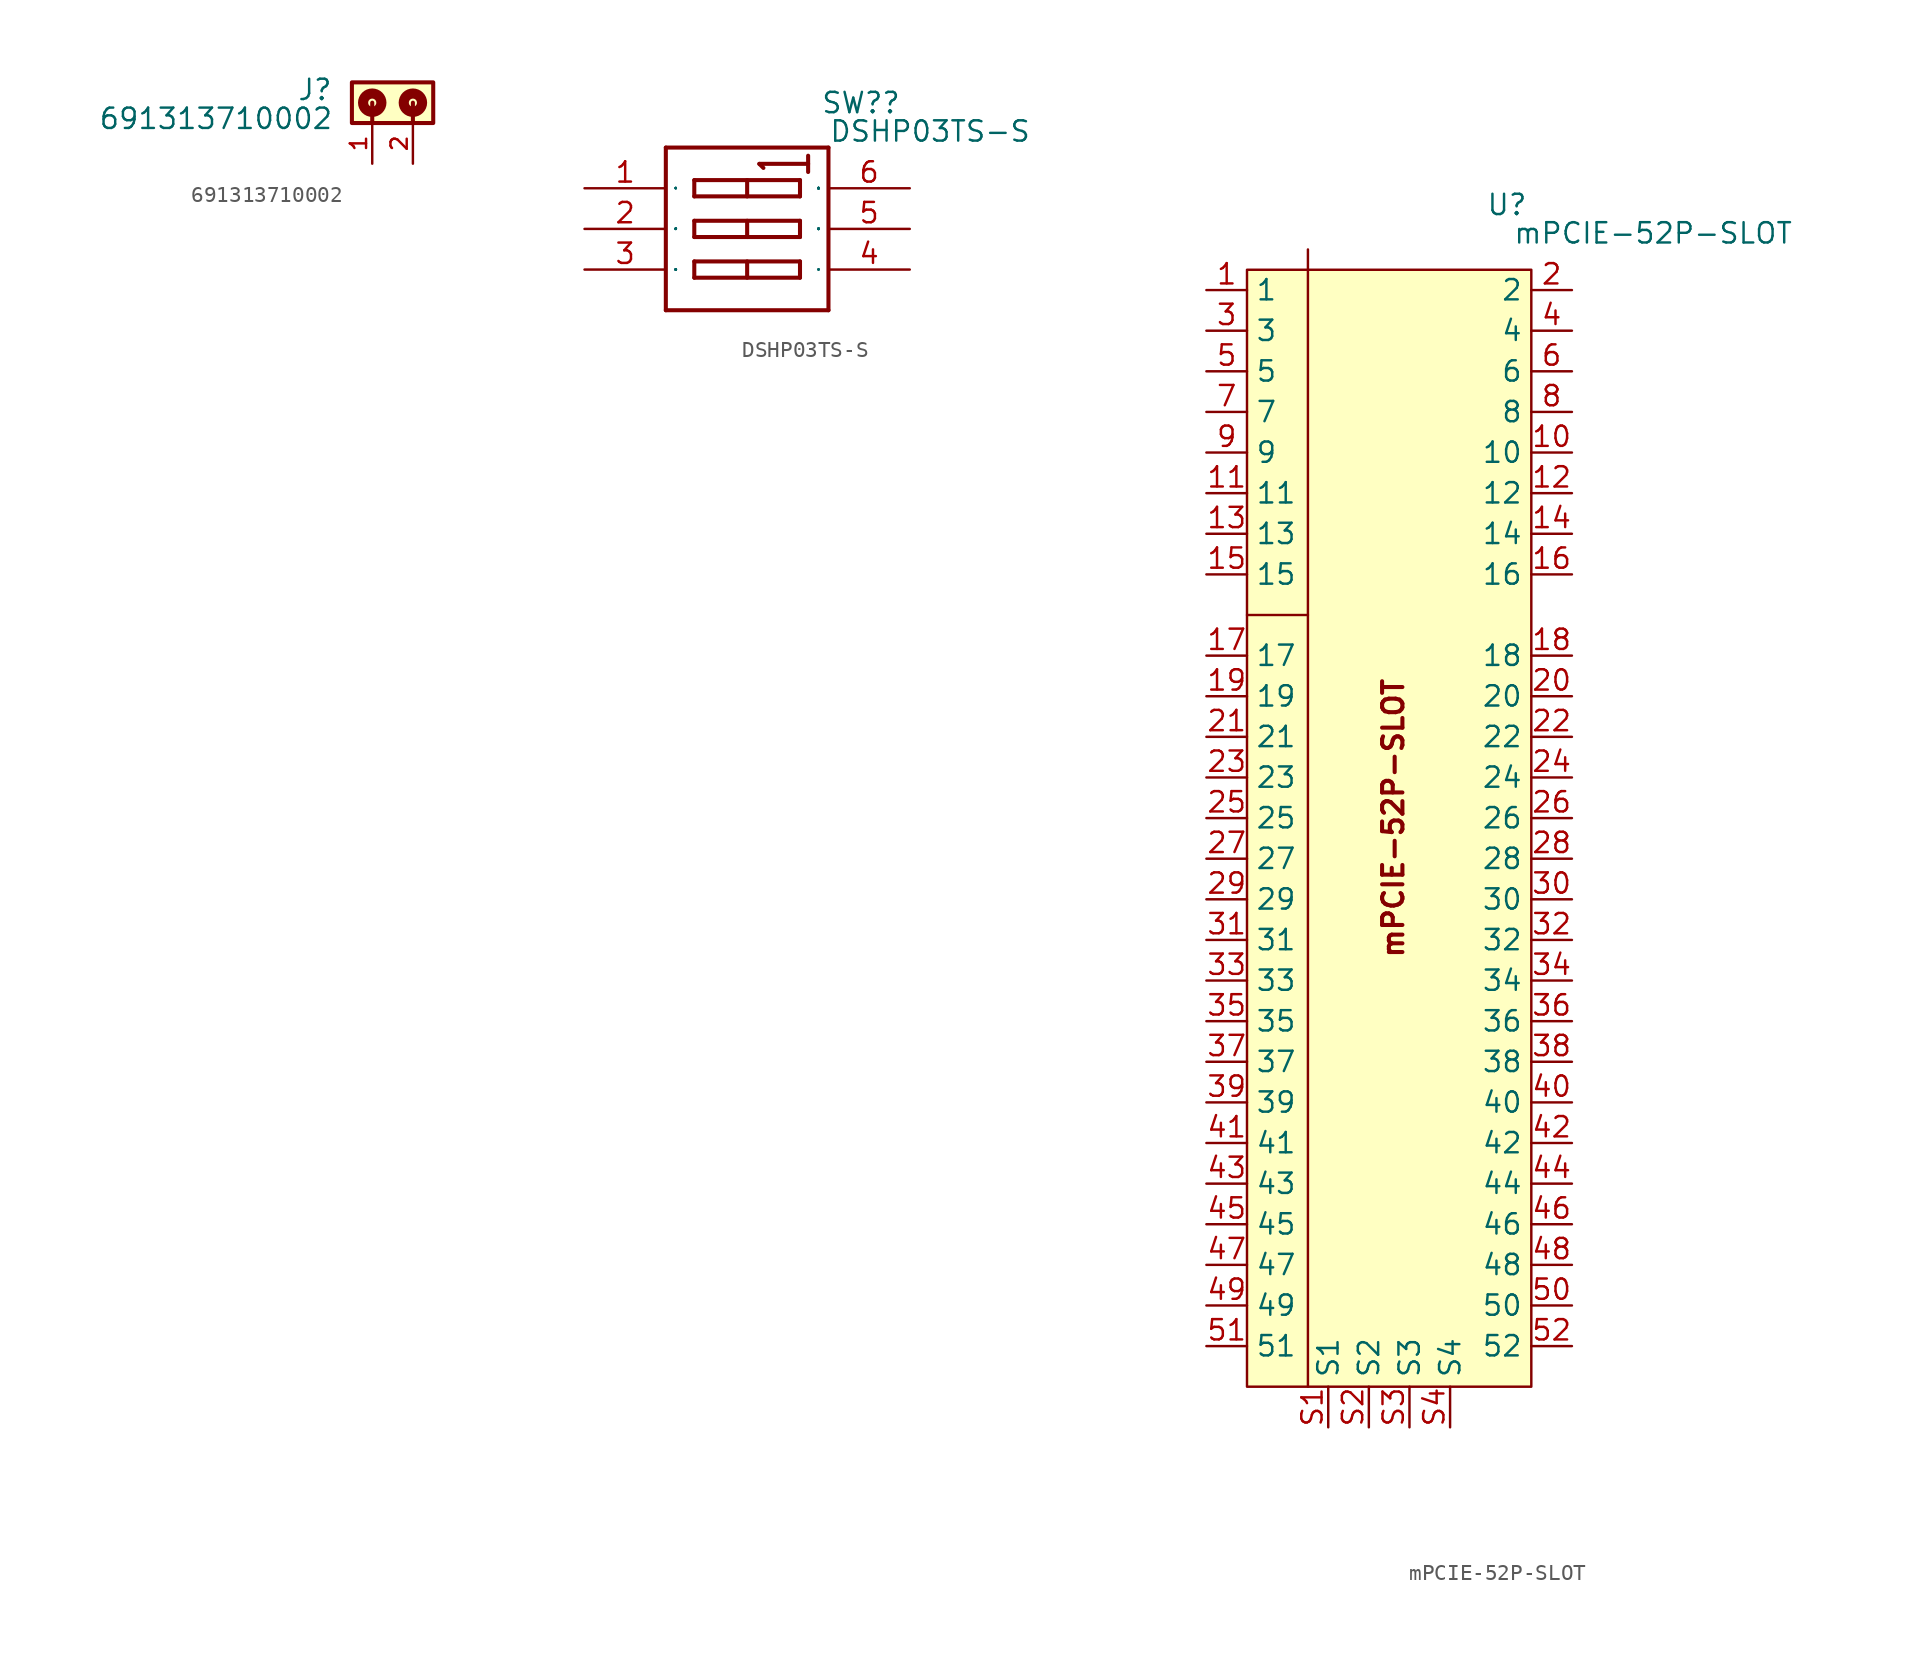
<source format=kicad_sym>
(kicad_symbol_lib
  (version 20241209)
  (generator "kicad_symbol_editor")
  (generator_version "9.0")
  (symbol "691313710002"
    (pin_names
      (offset 1.016))
    (property "Reference" "J"
      (at -4.99 -1.205 0)
      (effects (font (size 1.27 1.27)) (justify right bottom)))
    (property "Value" "691313710002"
      (at -4.95 -3.01 0)
      (effects (font (size 1.27 1.27)) (justify right bottom)))
    (symbol "691313710002_0_0"
      (rectangle (start -3.81 -2.54) (end 1.27 0) (stroke (width 0.254) (type default)) (fill (type background)))
      (circle (center -2.54 -1.27) (radius 0.254) (stroke (width 0.635) (type default)) (fill (type none)))
      (polyline (pts (xy -2.54 -1.27) (xy -2.54 -2.54)) (stroke (width 0.254) (type default)) (fill (type none)))
      (polyline (pts (xy 0 -1.27) (xy 0 -2.54)) (stroke (width 0.254) (type default)) (fill (type none)))
      (circle (center 0 -1.27) (radius 0.254) (stroke (width 0.635) (type default)) (fill (type none)))
      (pin passive line (at -2.54 -5.08 90) (length 2.54) (name "~" (effects (font (size 1.016 1.016)))) (number "1" (effects (font (size 1.016 1.016)))))
      (pin passive line (at 0 -5.08 90) (length 2.54) (name "~" (effects (font (size 1.016 1.016)))) (number "2" (effects (font (size 1.016 1.016)))))))
  (symbol "DSHP03TS-S"
    (property "Reference" "SW?"
      (at 7.112 7.874 0)
      (effects (font (size 1.27 1.27))))
    (property "Value" "DSHP03TS-S"
      (at 11.43 6.096 0)
      (effects (font (size 1.27 1.27))))
    (symbol "DSHP03TS-S_0_0"
      (polyline (pts (xy -5.08 5.08) (xy -5.08 -5.08)) (stroke (width 0.254) (type solid)) (fill (type none)))
      (polyline (pts (xy -5.08 5.08) (xy 5.08 5.08)) (stroke (width 0.254) (type solid)) (fill (type none)))
      (polyline (pts (xy -5.08 -5.08) (xy 5.08 -5.08)) (stroke (width 0.254) (type solid)) (fill (type none)))
      (polyline (pts (xy -3.302 3.048) (xy 3.302 3.048)) (stroke (width 0.254) (type solid)) (fill (type none)))
      (polyline (pts (xy -3.302 2.032) (xy -3.302 3.048)) (stroke (width 0.254) (type solid)) (fill (type none)))
      (polyline (pts (xy -3.302 0.508) (xy 3.302 0.508)) (stroke (width 0.254) (type solid)) (fill (type none)))
      (polyline (pts (xy -3.302 -0.508) (xy -3.302 0.508)) (stroke (width 0.254) (type solid)) (fill (type none)))
      (polyline (pts (xy -3.302 -2.032) (xy 3.302 -2.032)) (stroke (width 0.254) (type solid)) (fill (type none)))
      (polyline (pts (xy -3.302 -3.048) (xy -3.302 -2.032)) (stroke (width 0.254) (type solid)) (fill (type none)))
      (polyline (pts (xy 0 3.048) (xy 0 2.032)) (stroke (width 0.254) (type solid)) (fill (type none)))
      (polyline (pts (xy 0 0.508) (xy 0 -0.508)) (stroke (width 0.254) (type solid)) (fill (type none)))
      (polyline (pts (xy 0 -2.032) (xy 0 -3.048)) (stroke (width 0.254) (type solid)) (fill (type none)))
      (polyline (pts (xy 0.762 4.064) (xy 3.81 4.064)) (stroke (width 0.254) (type solid)) (fill (type none)))
      (polyline (pts (xy 1.016 3.81) (xy 0.762 4.064)) (stroke (width 0.254) (type solid)) (fill (type none)))
      (polyline (pts (xy 3.302 3.048) (xy 3.302 2.032)) (stroke (width 0.254) (type solid)) (fill (type none)))
      (polyline (pts (xy 3.302 2.032) (xy -3.302 2.032)) (stroke (width 0.254) (type solid)) (fill (type none)))
      (polyline (pts (xy 3.302 0.508) (xy 3.302 -0.508)) (stroke (width 0.254) (type solid)) (fill (type none)))
      (polyline (pts (xy 3.302 -0.508) (xy -3.302 -0.508)) (stroke (width 0.254) (type solid)) (fill (type none)))
      (polyline (pts (xy 3.302 -2.032) (xy 3.302 -3.048)) (stroke (width 0.254) (type solid)) (fill (type none)))
      (polyline (pts (xy 3.302 -3.048) (xy -3.302 -3.048)) (stroke (width 0.254) (type solid)) (fill (type none)))
      (polyline (pts (xy 3.81 4.572) (xy 3.81 3.556)) (stroke (width 0.254) (type solid)) (fill (type none)))
      (polyline (pts (xy 5.08 -5.08) (xy 5.08 5.08)) (stroke (width 0.254) (type solid)) (fill (type none)))
      (pin input line (at -10.16 2.54 0) (length 5.08) (name "1" (effects (font (size 0.025 0.025)))) (number "1" (effects (font (size 1.27 1.27)))))
      (pin input line (at -10.16 0 0) (length 5.08) (name "2" (effects (font (size 0.025 0.025)))) (number "2" (effects (font (size 1.27 1.27)))))
      (pin input line (at -10.16 -2.54 0) (length 5.08) (name "3" (effects (font (size 0.025 0.025)))) (number "3" (effects (font (size 1.27 1.27)))))
      (pin input line (at 10.16 2.54 180) (length 5.08) (name "6" (effects (font (size 0.025 0.025)))) (number "6" (effects (font (size 1.27 1.27)))))
      (pin input line (at 10.16 0 180) (length 5.08) (name "5" (effects (font (size 0.025 0.025)))) (number "5" (effects (font (size 1.27 1.27)))))
      (pin input line (at 10.16 -2.54 180) (length 5.08) (name "4" (effects (font (size 0.025 0.025)))) (number "4" (effects (font (size 1.27 1.27)))))))
  (symbol "mPCIE-52P-SLOT"
    (property "Reference" "U"
      (at 7.366 72.644 0)
      (effects (font (size 1.27 1.27))))
    (property "Value" "mPCIE-52P-SLOT"
      (at 16.51 70.866 0)
      (effects (font (size 1.27 1.27))))
    (symbol "mPCIE-52P-SLOT_0_0"
      (pin bidirectional line (at -11.43 67.31 0) (length 2.54) (name "1" (effects (font (size 1.27 1.27)))) (number "1" (effects (font (size 1.27 1.27)))))
      (pin bidirectional line (at -11.43 64.77 0) (length 2.54) (name "3" (effects (font (size 1.27 1.27)))) (number "3" (effects (font (size 1.27 1.27)))))
      (pin bidirectional line (at -11.43 62.23 0) (length 2.54) (name "5" (effects (font (size 1.27 1.27)))) (number "5" (effects (font (size 1.27 1.27)))))
      (pin bidirectional line (at -11.43 59.69 0) (length 2.54) (name "7" (effects (font (size 1.27 1.27)))) (number "7" (effects (font (size 1.27 1.27)))))
      (pin bidirectional line (at -11.43 57.15 0) (length 2.54) (name "9" (effects (font (size 1.27 1.27)))) (number "9" (effects (font (size 1.27 1.27)))))
      (pin bidirectional line (at -11.43 54.61 0) (length 2.54) (name "11" (effects (font (size 1.27 1.27)))) (number "11" (effects (font (size 1.27 1.27)))))
      (pin bidirectional line (at -11.43 52.07 0) (length 2.54) (name "13" (effects (font (size 1.27 1.27)))) (number "13" (effects (font (size 1.27 1.27)))))
      (pin bidirectional line (at -11.43 49.53 0) (length 2.54) (name "15" (effects (font (size 1.27 1.27)))) (number "15" (effects (font (size 1.27 1.27)))))
      (pin bidirectional line (at -11.43 44.45 0) (length 2.54) (name "17" (effects (font (size 1.27 1.27)))) (number "17" (effects (font (size 1.27 1.27)))))
      (pin bidirectional line (at -11.43 41.91 0) (length 2.54) (name "19" (effects (font (size 1.27 1.27)))) (number "19" (effects (font (size 1.27 1.27)))))
      (pin bidirectional line (at -11.43 39.37 0) (length 2.54) (name "21" (effects (font (size 1.27 1.27)))) (number "21" (effects (font (size 1.27 1.27)))))
      (pin bidirectional line (at -11.43 36.83 0) (length 2.54) (name "23" (effects (font (size 1.27 1.27)))) (number "23" (effects (font (size 1.27 1.27)))))
      (pin bidirectional line (at -11.43 34.29 0) (length 2.54) (name "25" (effects (font (size 1.27 1.27)))) (number "25" (effects (font (size 1.27 1.27)))))
      (pin bidirectional line (at -11.43 31.75 0) (length 2.54) (name "27" (effects (font (size 1.27 1.27)))) (number "27" (effects (font (size 1.27 1.27)))))
      (pin bidirectional line (at -11.43 29.21 0) (length 2.54) (name "29" (effects (font (size 1.27 1.27)))) (number "29" (effects (font (size 1.27 1.27)))))
      (pin bidirectional line (at -11.43 26.67 0) (length 2.54) (name "31" (effects (font (size 1.27 1.27)))) (number "31" (effects (font (size 1.27 1.27)))))
      (pin bidirectional line (at -11.43 24.13 0) (length 2.54) (name "33" (effects (font (size 1.27 1.27)))) (number "33" (effects (font (size 1.27 1.27)))))
      (pin bidirectional line (at -11.43 21.59 0) (length 2.54) (name "35" (effects (font (size 1.27 1.27)))) (number "35" (effects (font (size 1.27 1.27)))))
      (pin bidirectional line (at -11.43 19.05 0) (length 2.54) (name "37" (effects (font (size 1.27 1.27)))) (number "37" (effects (font (size 1.27 1.27)))))
      (pin bidirectional line (at -11.43 16.51 0) (length 2.54) (name "39" (effects (font (size 1.27 1.27)))) (number "39" (effects (font (size 1.27 1.27)))))
      (pin bidirectional line (at -11.43 13.97 0) (length 2.54) (name "41" (effects (font (size 1.27 1.27)))) (number "41" (effects (font (size 1.27 1.27)))))
      (pin bidirectional line (at -11.43 11.43 0) (length 2.54) (name "43" (effects (font (size 1.27 1.27)))) (number "43" (effects (font (size 1.27 1.27)))))
      (pin bidirectional line (at -11.43 8.89 0) (length 2.54) (name "45" (effects (font (size 1.27 1.27)))) (number "45" (effects (font (size 1.27 1.27)))))
      (pin bidirectional line (at -11.43 6.35 0) (length 2.54) (name "47" (effects (font (size 1.27 1.27)))) (number "47" (effects (font (size 1.27 1.27)))))
      (pin bidirectional line (at -11.43 3.81 0) (length 2.54) (name "49" (effects (font (size 1.27 1.27)))) (number "49" (effects (font (size 1.27 1.27)))))
      (pin bidirectional line (at -11.43 1.27 0) (length 2.54) (name "51" (effects (font (size 1.27 1.27)))) (number "51" (effects (font (size 1.27 1.27)))))
      (pin bidirectional line (at 11.43 67.31 180) (length 2.54) (name "2" (effects (font (size 1.27 1.27)))) (number "2" (effects (font (size 1.27 1.27)))))
      (pin bidirectional line (at 11.43 64.77 180) (length 2.54) (name "4" (effects (font (size 1.27 1.27)))) (number "4" (effects (font (size 1.27 1.27)))))
      (pin bidirectional line (at 11.43 62.23 180) (length 2.54) (name "6" (effects (font (size 1.27 1.27)))) (number "6" (effects (font (size 1.27 1.27)))))
      (pin bidirectional line (at 11.43 59.69 180) (length 2.54) (name "8" (effects (font (size 1.27 1.27)))) (number "8" (effects (font (size 1.27 1.27)))))
      (pin bidirectional line (at 11.43 57.15 180) (length 2.54) (name "10" (effects (font (size 1.27 1.27)))) (number "10" (effects (font (size 1.27 1.27)))))
      (pin bidirectional line (at 11.43 54.61 180) (length 2.54) (name "12" (effects (font (size 1.27 1.27)))) (number "12" (effects (font (size 1.27 1.27)))))
      (pin bidirectional line (at 11.43 52.07 180) (length 2.54) (name "14" (effects (font (size 1.27 1.27)))) (number "14" (effects (font (size 1.27 1.27)))))
      (pin bidirectional line (at 11.43 49.53 180) (length 2.54) (name "16" (effects (font (size 1.27 1.27)))) (number "16" (effects (font (size 1.27 1.27)))))
      (pin bidirectional line (at 11.43 44.45 180) (length 2.54) (name "18" (effects (font (size 1.27 1.27)))) (number "18" (effects (font (size 1.27 1.27)))))
      (pin bidirectional line (at 11.43 41.91 180) (length 2.54) (name "20" (effects (font (size 1.27 1.27)))) (number "20" (effects (font (size 1.27 1.27)))))
      (pin bidirectional line (at 11.43 39.37 180) (length 2.54) (name "22" (effects (font (size 1.27 1.27)))) (number "22" (effects (font (size 1.27 1.27)))))
      (pin bidirectional line (at 11.43 36.83 180) (length 2.54) (name "24" (effects (font (size 1.27 1.27)))) (number "24" (effects (font (size 1.27 1.27)))))
      (pin bidirectional line (at 11.43 34.29 180) (length 2.54) (name "26" (effects (font (size 1.27 1.27)))) (number "26" (effects (font (size 1.27 1.27)))))
      (pin bidirectional line (at 11.43 31.75 180) (length 2.54) (name "28" (effects (font (size 1.27 1.27)))) (number "28" (effects (font (size 1.27 1.27)))))
      (pin bidirectional line (at 11.43 29.21 180) (length 2.54) (name "30" (effects (font (size 1.27 1.27)))) (number "30" (effects (font (size 1.27 1.27)))))
      (pin bidirectional line (at 11.43 26.67 180) (length 2.54) (name "32" (effects (font (size 1.27 1.27)))) (number "32" (effects (font (size 1.27 1.27)))))
      (pin bidirectional line (at 11.43 24.13 180) (length 2.54) (name "34" (effects (font (size 1.27 1.27)))) (number "34" (effects (font (size 1.27 1.27)))))
      (pin bidirectional line (at 11.43 21.59 180) (length 2.54) (name "36" (effects (font (size 1.27 1.27)))) (number "36" (effects (font (size 1.27 1.27)))))
      (pin bidirectional line (at 11.43 19.05 180) (length 2.54) (name "38" (effects (font (size 1.27 1.27)))) (number "38" (effects (font (size 1.27 1.27)))))
      (pin bidirectional line (at 11.43 16.51 180) (length 2.54) (name "40" (effects (font (size 1.27 1.27)))) (number "40" (effects (font (size 1.27 1.27)))))
      (pin bidirectional line (at 11.43 13.97 180) (length 2.54) (name "42" (effects (font (size 1.27 1.27)))) (number "42" (effects (font (size 1.27 1.27)))))
      (pin bidirectional line (at 11.43 11.43 180) (length 2.54) (name "44" (effects (font (size 1.27 1.27)))) (number "44" (effects (font (size 1.27 1.27)))))
      (pin bidirectional line (at 11.43 8.89 180) (length 2.54) (name "46" (effects (font (size 1.27 1.27)))) (number "46" (effects (font (size 1.27 1.27)))))
      (pin bidirectional line (at 11.43 6.35 180) (length 2.54) (name "48" (effects (font (size 1.27 1.27)))) (number "48" (effects (font (size 1.27 1.27)))))
      (pin bidirectional line (at 11.43 3.81 180) (length 2.54) (name "50" (effects (font (size 1.27 1.27)))) (number "50" (effects (font (size 1.27 1.27)))))
      (pin bidirectional line (at 11.43 1.27 180) (length 2.54) (name "52" (effects (font (size 1.27 1.27)))) (number "52" (effects (font (size 1.27 1.27))))))
    (symbol "mPCIE-52P-SLOT_0_1"
      (polyline (pts (xy -5.08 46.99) (xy -8.89 46.99)) (stroke (width 0) (type default)) (fill (type none)))
      (polyline (pts (xy -5.08 -1.27) (xy -5.08 69.85)) (stroke (width 0) (type default)) (fill (type none))))
    (symbol "mPCIE-52P-SLOT_1_0"
      (pin bidirectional line (at -3.81 -3.81 90) (length 2.54) (name "S1" (effects (font (size 1.27 1.27)))) (number "S1" (effects (font (size 1.27 1.27)))))
      (pin bidirectional line (at -1.27 -3.81 90) (length 2.54) (name "S2" (effects (font (size 1.27 1.27)))) (number "S2" (effects (font (size 1.27 1.27)))))
      (pin bidirectional line (at 1.27 -3.81 90) (length 2.54) (name "S3" (effects (font (size 1.27 1.27)))) (number "S3" (effects (font (size 1.27 1.27)))))
      (pin bidirectional line (at 3.81 -3.81 90) (length 2.54) (name "S4" (effects (font (size 1.27 1.27)))) (number "S4" (effects (font (size 1.27 1.27))))))
    (symbol "mPCIE-52P-SLOT_1_1"
      (rectangle (start -8.89 68.58) (end 8.89 -1.27) (stroke (width 0) (type solid)) (fill (type background)))
      (text "mPCIE-52P-SLOT\n" (at 0.254 34.29 900) (effects (font (size 1.27 1.27) (thickness 0.254) (bold yes)))))))
</source>
